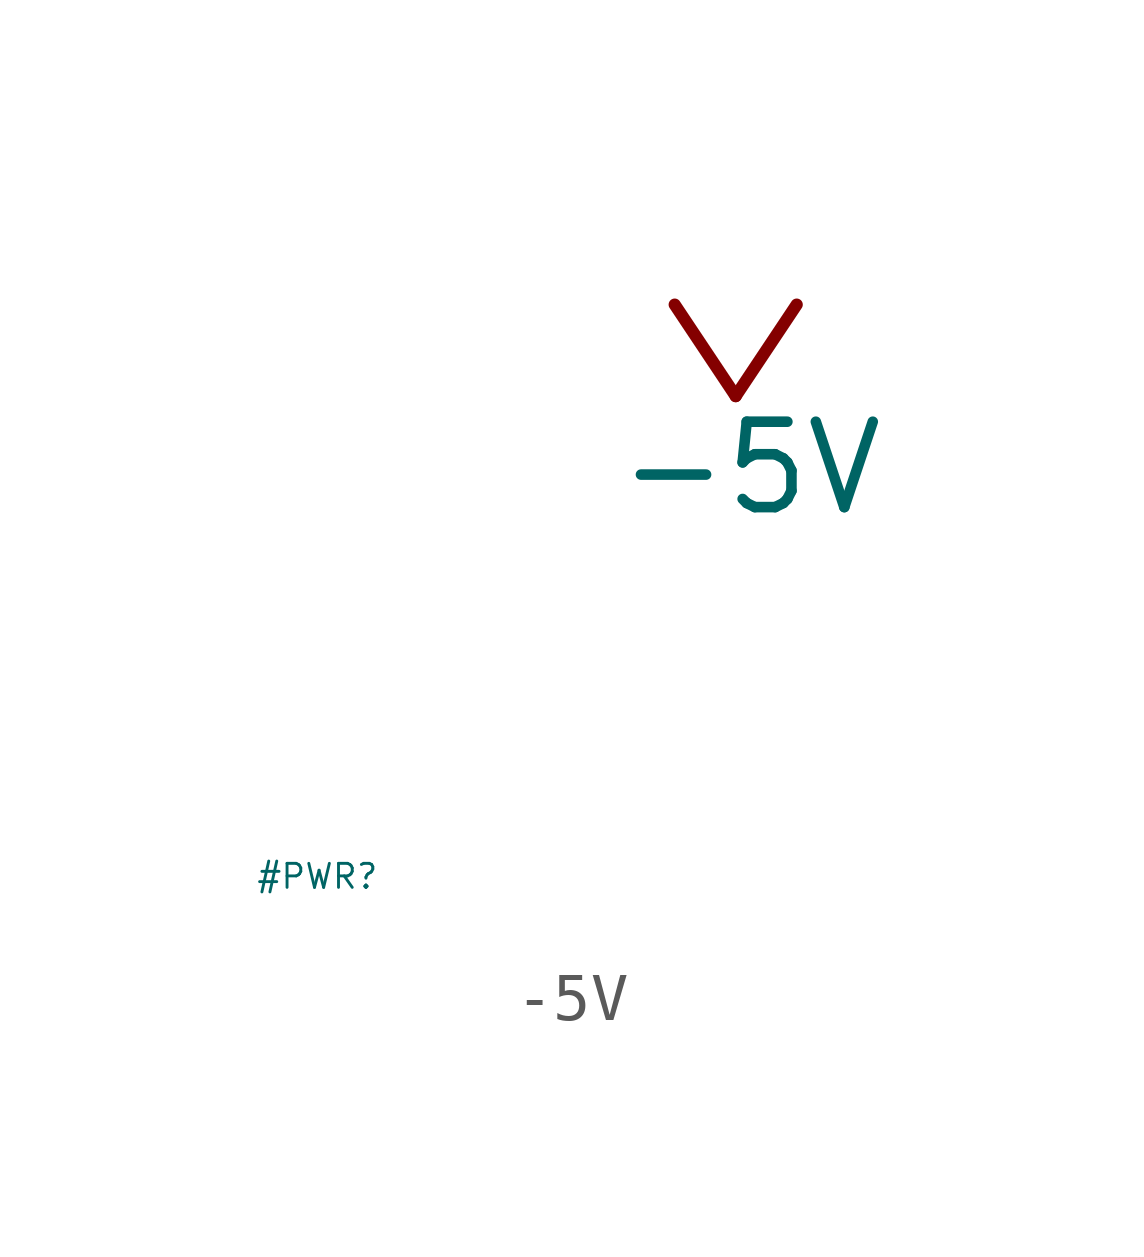
<source format=kicad_sym>
(kicad_symbol_lib
  (version 20220914)
  (generator Eagle2Kicad)
  (symbol "-5V"
    (power)
    (pin_names
      (offset 0))
    (property "Reference" "#PWR"
      (at -10 -10 0)
      (effects (font (size 0.5 0.5) (thickness 0.06)) (justify left)))
    (property "Value" "-5V"
      (at -2.54 -2.54 0)
      (effects (font (size 1.778 1.778) (thickness 0.22)) (justify left bottom)))
    (polyline
      (pts (xy -1.27 1.905) (xy 0 0))
      (stroke (width 0.254) (type default))
      (fill (type none)))
    (polyline
      (pts (xy 0 0) (xy 1.27 1.905))
      (stroke (width 0.254) (type default))
      (fill (type none)))
    (pin power_in line
      (at 0 2.54 270)
      (length 2.54) hide
      (name "-5V" (effects (font (size 0.635 0.635) (thickness 0.08)) (justify left bottom)))
      (number "1" (effects (font (size 0.635 0.635) (thickness 0.08)) (justify left bottom))))))
</source>
